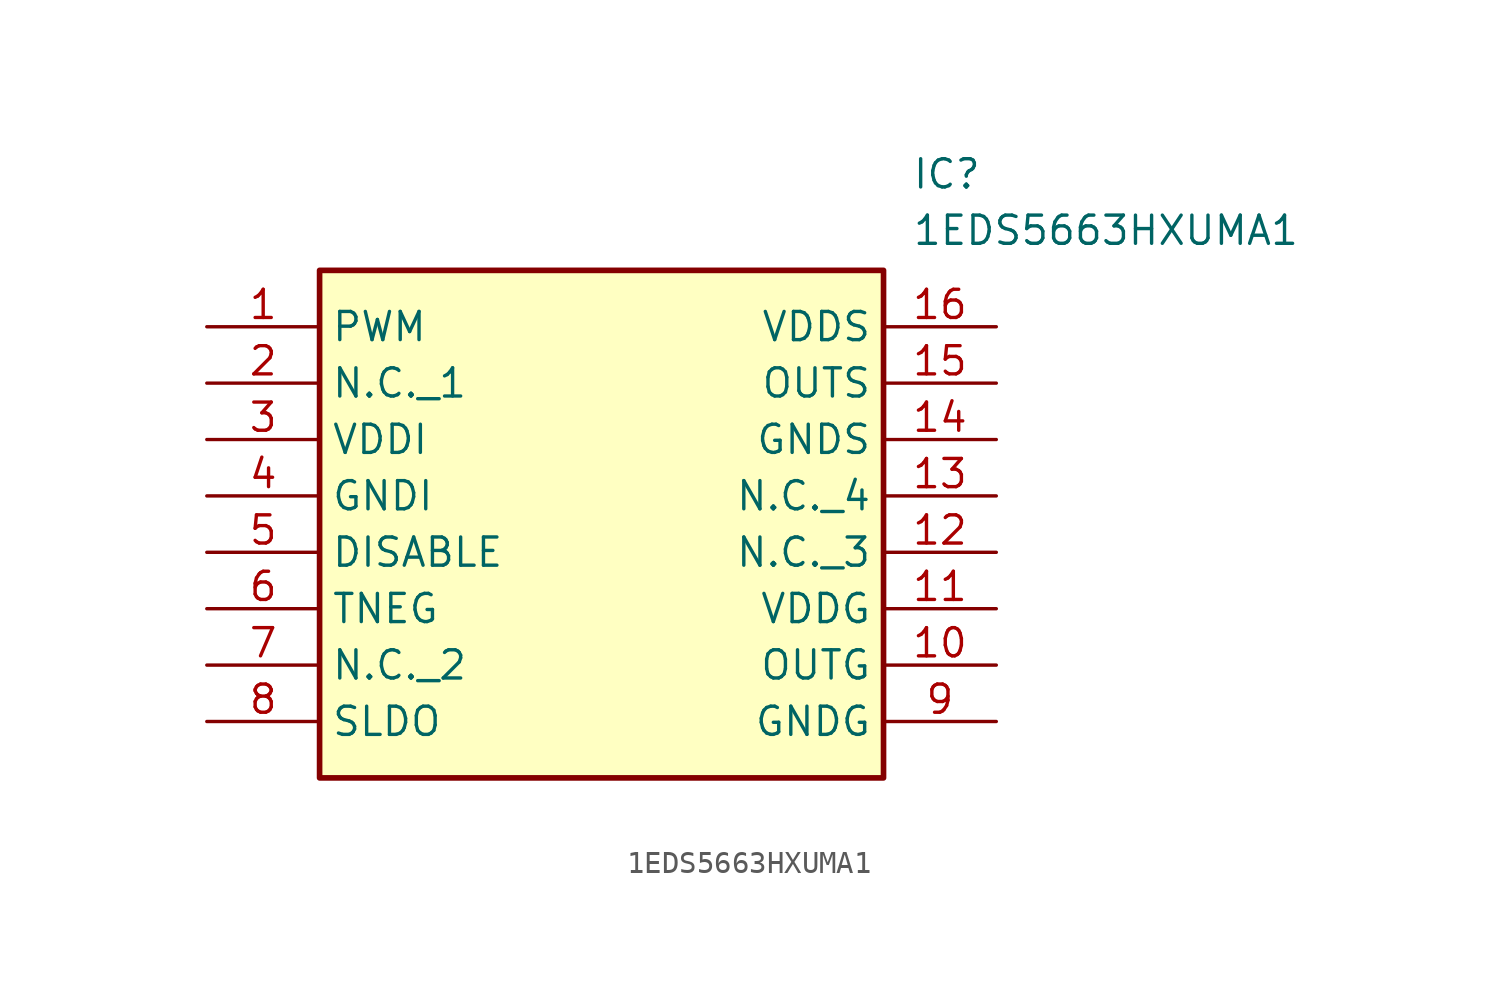
<source format=kicad_sym>
(kicad_symbol_lib
  (version 20211014)
  (generator SamacSys_ECAD_Model)
  (symbol "1EDS5663HXUMA1"
    (property "Reference" "IC"
      (at 31.75 7.62 0)
      (effects (font (size 1.27 1.27)) (justify left top)))
    (property "Value" "1EDS5663HXUMA1"
      (at 31.75 5.08 0)
      (effects (font (size 1.27 1.27)) (justify left top)))
    (rectangle
      (start 5.08 2.54)
      (end 30.48 -20.32)
      (stroke (width 0.254) (type default))
      (fill (type background)))
    (pin passive line
      (at 0 0 0)
      (length 5.08)
      (name "PWM" (effects (font (size 1.27 1.27))))
      (number "1" (effects (font (size 1.27 1.27)))))
    (pin passive line
      (at 0 -2.54 0)
      (length 5.08)
      (name "N.C._1" (effects (font (size 1.27 1.27))))
      (number "2" (effects (font (size 1.27 1.27)))))
    (pin passive line
      (at 0 -5.08 0)
      (length 5.08)
      (name "VDDI" (effects (font (size 1.27 1.27))))
      (number "3" (effects (font (size 1.27 1.27)))))
    (pin passive line
      (at 0 -7.62 0)
      (length 5.08)
      (name "GNDI" (effects (font (size 1.27 1.27))))
      (number "4" (effects (font (size 1.27 1.27)))))
    (pin passive line
      (at 0 -10.16 0)
      (length 5.08)
      (name "DISABLE" (effects (font (size 1.27 1.27))))
      (number "5" (effects (font (size 1.27 1.27)))))
    (pin passive line
      (at 0 -12.7 0)
      (length 5.08)
      (name "TNEG" (effects (font (size 1.27 1.27))))
      (number "6" (effects (font (size 1.27 1.27)))))
    (pin passive line
      (at 0 -15.24 0)
      (length 5.08)
      (name "N.C._2" (effects (font (size 1.27 1.27))))
      (number "7" (effects (font (size 1.27 1.27)))))
    (pin passive line
      (at 0 -17.78 0)
      (length 5.08)
      (name "SLDO" (effects (font (size 1.27 1.27))))
      (number "8" (effects (font (size 1.27 1.27)))))
    (pin passive line
      (at 35.56 0 180)
      (length 5.08)
      (name "VDDS" (effects (font (size 1.27 1.27))))
      (number "16" (effects (font (size 1.27 1.27)))))
    (pin passive line
      (at 35.56 -2.54 180)
      (length 5.08)
      (name "OUTS" (effects (font (size 1.27 1.27))))
      (number "15" (effects (font (size 1.27 1.27)))))
    (pin passive line
      (at 35.56 -5.08 180)
      (length 5.08)
      (name "GNDS" (effects (font (size 1.27 1.27))))
      (number "14" (effects (font (size 1.27 1.27)))))
    (pin passive line
      (at 35.56 -7.62 180)
      (length 5.08)
      (name "N.C._4" (effects (font (size 1.27 1.27))))
      (number "13" (effects (font (size 1.27 1.27)))))
    (pin passive line
      (at 35.56 -10.16 180)
      (length 5.08)
      (name "N.C._3" (effects (font (size 1.27 1.27))))
      (number "12" (effects (font (size 1.27 1.27)))))
    (pin passive line
      (at 35.56 -12.7 180)
      (length 5.08)
      (name "VDDG" (effects (font (size 1.27 1.27))))
      (number "11" (effects (font (size 1.27 1.27)))))
    (pin passive line
      (at 35.56 -15.24 180)
      (length 5.08)
      (name "OUTG" (effects (font (size 1.27 1.27))))
      (number "10" (effects (font (size 1.27 1.27)))))
    (pin passive line
      (at 35.56 -17.78 180)
      (length 5.08)
      (name "GNDG" (effects (font (size 1.27 1.27))))
      (number "9" (effects (font (size 1.27 1.27)))))))
</source>
